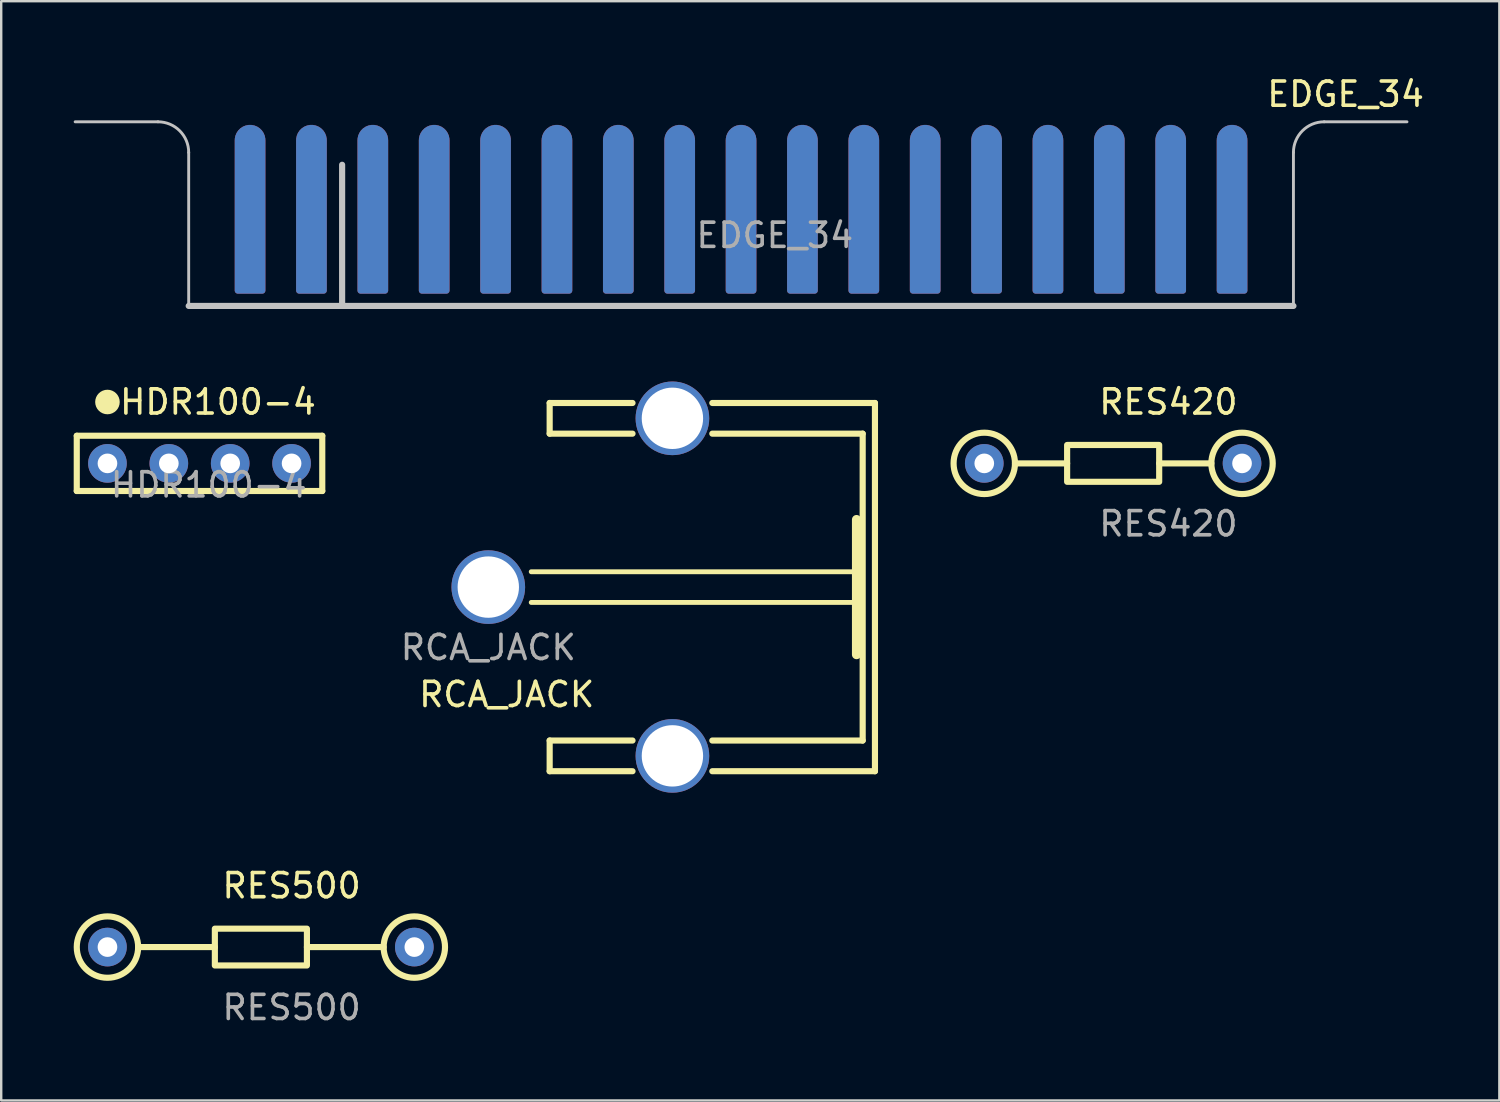
<source format=kicad_pcb>
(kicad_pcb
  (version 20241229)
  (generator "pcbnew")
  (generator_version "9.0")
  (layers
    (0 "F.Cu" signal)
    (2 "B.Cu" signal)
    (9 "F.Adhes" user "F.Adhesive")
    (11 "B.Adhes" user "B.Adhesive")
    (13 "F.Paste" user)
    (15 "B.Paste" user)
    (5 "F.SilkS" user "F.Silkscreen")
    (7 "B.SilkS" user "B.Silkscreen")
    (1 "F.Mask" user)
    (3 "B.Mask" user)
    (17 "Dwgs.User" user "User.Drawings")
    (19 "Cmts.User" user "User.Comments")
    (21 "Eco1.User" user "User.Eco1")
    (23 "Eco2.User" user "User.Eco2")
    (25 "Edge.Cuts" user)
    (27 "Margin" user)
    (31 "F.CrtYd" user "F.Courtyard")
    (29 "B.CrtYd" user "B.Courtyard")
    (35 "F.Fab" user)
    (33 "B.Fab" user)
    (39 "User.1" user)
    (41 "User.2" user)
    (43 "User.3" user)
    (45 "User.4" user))
  (footprint "RCA_JACK"
    (layer "F.Cu")
    (at 17.158 21.247)
    (property "Reference" "RCA_JACK" (at 0.762 4.445 0) (unlocked yes) (layer "F.SilkS") (effects (font (size 1 1) (thickness 0.15))))
    (attr through_hole)
    (fp_line (start 1.778 -0.635) (end 15.113 -0.635) (stroke (width 0.203) (type solid)) (layer "F.SilkS"))
    (fp_line (start 1.778 0.635) (end 15.113 0.635) (stroke (width 0.203) (type solid)) (layer "F.SilkS"))
    (fp_line (start 2.54 -7.62) (end 5.969 -7.62) (stroke (width 0.254) (type solid)) (layer "F.SilkS"))
    (fp_line (start 2.54 -6.35) (end 2.54 -7.62) (stroke (width 0.254) (type solid)) (layer "F.SilkS"))
    (fp_line (start 2.54 -6.35) (end 5.969 -6.35) (stroke (width 0.254) (type solid)) (layer "F.SilkS"))
    (fp_line (start 2.54 6.35) (end 5.969 6.35) (stroke (width 0.254) (type solid)) (layer "F.SilkS"))
    (fp_line (start 2.54 7.62) (end 2.54 6.35) (stroke (width 0.254) (type solid)) (layer "F.SilkS"))
    (fp_line (start 2.54 7.62) (end 5.969 7.62) (stroke (width 0.254) (type solid)) (layer "F.SilkS"))
    (fp_line (start 15.24 -2.794) (end 15.24 2.794) (stroke (width 0.381) (type solid)) (layer "F.SilkS"))
    (fp_line (start 15.494 -6.35) (end 9.271 -6.35) (stroke (width 0.254) (type solid)) (layer "F.SilkS"))
    (fp_line (start 15.494 -6.35) (end 15.494 6.35) (stroke (width 0.254) (type solid)) (layer "F.SilkS"))
    (fp_line (start 15.494 6.35) (end 9.271 6.35) (stroke (width 0.254) (type solid)) (layer "F.SilkS"))
    (fp_line (start 16.002 -7.62) (end 9.271 -7.62) (stroke (width 0.254) (type solid)) (layer "F.SilkS"))
    (fp_line (start 16.002 -7.62) (end 16.002 7.62) (stroke (width 0.254) (type solid)) (layer "F.SilkS"))
    (fp_line (start 16.002 7.62) (end 9.271 7.62) (stroke (width 0.254) (type solid)) (layer "F.SilkS"))
    (fp_text user "${REFERENCE}" (at 0 2.5 0) (unlocked yes) (layer "F.Fab") (effects (font (size 1 1) (thickness 0.15))))
    (pad "1" thru_hole circle (at 0 0) (size 3.048 3.048) (drill 2.54) (layers "*.Cu" "*.Mask"))
    (pad "2" thru_hole circle (at 7.62 -6.985) (size 3.048 3.048) (drill 2.54) (layers "*.Cu" "*.Mask"))
    (pad "2" thru_hole circle (at 7.62 6.985) (size 3.048 3.048) (drill 2.54) (layers "*.Cu" "*.Mask")))
  (footprint "EDGE_34"
    (layer "F.Cu")
    (at 7.299 2.753)
    (property "Reference" "EDGE_34" (at 45.339 -1.905 0) (unlocked yes) (layer "F.SilkS") (effects (font (size 1 1) (thickness 0.15))))
    (attr smd)
    (fp_rect (start -1.016 6.858) (end 41.656 -0.508) (stroke (width 0.254) (type solid)) (fill yes) (layer "F.Mask"))
    (fp_rect (start -1.016 6.858) (end 41.656 -0.508) (stroke (width 0.254) (type solid)) (fill yes) (layer "B.Mask"))
    (fp_line (start -3.81 -0.762) (end -7.239 -0.762) (stroke (width 0.12) (type solid)) (layer "Dwgs.User"))
    (fp_line (start -2.54 6.858) (end -2.54 0.508) (stroke (width 0.12) (type solid)) (layer "Dwgs.User"))
    (fp_line (start -2.54 6.858) (end 43.18 6.858) (stroke (width 0.254) (type solid)) (layer "Dwgs.User"))
    (fp_line (start 3.81 6.858) (end 3.81 1.016) (stroke (width 0.254) (type solid)) (layer "Dwgs.User"))
    (fp_line (start 43.18 6.858) (end 43.18 0.508) (stroke (width 0.12) (type solid)) (layer "Dwgs.User"))
    (fp_line (start 44.45 -0.762) (end 47.879 -0.762) (stroke (width 0.12) (type solid)) (layer "Dwgs.User"))
    (fp_arc (start -3.81 -0.762) (mid -2.911974 -0.390026) (end -2.54 0.508) (stroke (width 0.12) (type solid)) (layer "Dwgs.User"))
    (fp_arc (start 43.18 0.508) (mid 43.551974 -0.390026) (end 44.45 -0.762) (stroke (width 0.12) (type solid)) (layer "Dwgs.User"))
    (fp_text user "${REFERENCE}" (at 21.717 3.937 0) (unlocked yes) (layer "F.Fab") (effects (font (size 1 1) (thickness 0.15))))
    (pad "1" smd custom (at 0 0) (size 1.27 1.27) (layers "F.Mask" "B.Cu") (options (anchor circle)) (primitives (gr_rect (start -0.508 0) (end 0.508 6.223) (width 0.254) (fill yes))))
    (pad "2" smd custom (at 0 0) (size 1.27 1.27) (layers "F.Cu" "F.Mask") (options (anchor circle)) (primitives (gr_rect (start -0.508 0) (end 0.508 6.223) (width 0.254) (fill yes))))
    (pad "3" smd custom (at 2.54 0) (size 1.27 1.27) (layers "F.Mask" "B.Cu") (options (anchor circle)) (primitives (gr_rect (start -0.508 0) (end 0.508 6.223) (width 0.254) (fill yes))))
    (pad "4" smd custom (at 2.54 0) (size 1.27 1.27) (layers "F.Cu" "F.Mask") (options (anchor circle)) (primitives (gr_rect (start -0.508 0) (end 0.508 6.223) (width 0.254) (fill yes))))
    (pad "5" smd custom (at 5.08 0) (size 1.27 1.27) (layers "F.Mask" "B.Cu") (options (anchor circle)) (primitives (gr_rect (start -0.508 0) (end 0.508 6.223) (width 0.254) (fill yes))))
    (pad "6" smd custom (at 5.08 0) (size 1.27 1.27) (layers "F.Cu" "F.Mask") (options (anchor circle)) (primitives (gr_rect (start -0.508 0) (end 0.508 6.223) (width 0.254) (fill yes))))
    (pad "7" smd custom (at 7.62 0) (size 1.27 1.27) (layers "F.Mask" "B.Cu") (options (anchor circle)) (primitives (gr_rect (start -0.508 0) (end 0.508 6.223) (width 0.254) (fill yes))))
    (pad "8" smd custom (at 7.62 0) (size 1.27 1.27) (layers "F.Cu" "F.Mask") (options (anchor circle)) (primitives (gr_rect (start -0.508 0) (end 0.508 6.223) (width 0.254) (fill yes))))
    (pad "9" smd custom (at 10.16 0) (size 1.27 1.27) (layers "F.Mask" "B.Cu") (options (anchor circle)) (primitives (gr_rect (start -0.508 0) (end 0.508 6.223) (width 0.254) (fill yes))))
    (pad "10" smd custom (at 10.16 0) (size 1.27 1.27) (layers "F.Cu" "F.Mask") (options (anchor circle)) (primitives (gr_rect (start -0.508 0) (end 0.508 6.223) (width 0.254) (fill yes))))
    (pad "11" smd custom (at 12.7 0) (size 1.27 1.27) (layers "F.Mask" "B.Cu") (options (anchor circle)) (primitives (gr_rect (start -0.508 0) (end 0.508 6.223) (width 0.254) (fill yes))))
    (pad "12" smd custom (at 12.7 0) (size 1.27 1.27) (layers "F.Cu" "F.Mask") (options (anchor circle)) (primitives (gr_rect (start -0.508 0) (end 0.508 6.223) (width 0.254) (fill yes))))
    (pad "13" smd custom (at 15.24 0) (size 1.27 1.27) (layers "F.Mask" "B.Cu") (options (anchor circle)) (primitives (gr_rect (start -0.508 0) (end 0.508 6.223) (width 0.254) (fill yes))))
    (pad "14" smd custom (at 15.24 0) (size 1.27 1.27) (layers "F.Cu" "F.Mask") (options (anchor circle)) (primitives (gr_rect (start -0.508 0) (end 0.508 6.223) (width 0.254) (fill yes))))
    (pad "15" smd custom (at 17.78 0) (size 1.27 1.27) (layers "F.Mask" "B.Cu") (options (anchor circle)) (primitives (gr_rect (start -0.508 0) (end 0.508 6.223) (width 0.254) (fill yes))))
    (pad "16" smd custom (at 17.78 0) (size 1.27 1.27) (layers "F.Cu" "F.Mask") (options (anchor circle)) (primitives (gr_rect (start -0.508 0) (end 0.508 6.223) (width 0.254) (fill yes))))
    (pad "17" smd custom (at 20.32 0) (size 1.27 1.27) (layers "F.Mask" "B.Cu") (options (anchor circle)) (primitives (gr_rect (start -0.508 0) (end 0.508 6.223) (width 0.254) (fill yes))))
    (pad "18" smd custom (at 20.32 0) (size 1.27 1.27) (layers "F.Cu" "F.Mask") (options (anchor circle)) (primitives (gr_rect (start -0.508 0) (end 0.508 6.223) (width 0.254) (fill yes))))
    (pad "19" smd custom (at 22.86 0) (size 1.27 1.27) (layers "F.Mask" "B.Cu") (options (anchor circle)) (primitives (gr_rect (start -0.508 0) (end 0.508 6.223) (width 0.254) (fill yes))))
    (pad "20" smd custom (at 22.86 0) (size 1.27 1.27) (layers "F.Cu" "F.Mask") (options (anchor circle)) (primitives (gr_rect (start -0.508 0) (end 0.508 6.223) (width 0.254) (fill yes))))
    (pad "21" smd custom (at 25.4 0) (size 1.27 1.27) (layers "F.Mask" "B.Cu") (options (anchor circle)) (primitives (gr_rect (start -0.508 0) (end 0.508 6.223) (width 0.254) (fill yes))))
    (pad "22" smd custom (at 25.4 0) (size 1.27 1.27) (layers "F.Cu" "F.Mask") (options (anchor circle)) (primitives (gr_rect (start -0.508 0) (end 0.508 6.223) (width 0.254) (fill yes))))
    (pad "23" smd custom (at 27.94 0) (size 1.27 1.27) (layers "F.Mask" "B.Cu") (options (anchor circle)) (primitives (gr_rect (start -0.508 0) (end 0.508 6.223) (width 0.254) (fill yes))))
    (pad "24" smd custom (at 27.94 0) (size 1.27 1.27) (layers "F.Cu" "F.Mask") (options (anchor circle)) (primitives (gr_rect (start -0.508 0) (end 0.508 6.223) (width 0.254) (fill yes))))
    (pad "25" smd custom (at 30.48 0) (size 1.27 1.27) (layers "F.Mask" "B.Cu") (options (anchor circle)) (primitives (gr_rect (start -0.508 0) (end 0.508 6.223) (width 0.254) (fill yes))))
    (pad "26" smd custom (at 30.48 0) (size 1.27 1.27) (layers "F.Cu" "F.Mask") (options (anchor circle)) (primitives (gr_rect (start -0.508 0) (end 0.508 6.223) (width 0.254) (fill yes))))
    (pad "27" smd custom (at 33.02 0) (size 1.27 1.27) (layers "F.Mask" "B.Cu") (options (anchor circle)) (primitives (gr_rect (start -0.508 0) (end 0.508 6.223) (width 0.254) (fill yes))))
    (pad "28" smd custom (at 33.02 0) (size 1.27 1.27) (layers "F.Cu" "F.Mask") (options (anchor circle)) (primitives (gr_rect (start -0.508 0) (end 0.508 6.223) (width 0.254) (fill yes))))
    (pad "29" smd custom (at 35.56 0) (size 1.27 1.27) (layers "F.Mask" "B.Cu") (options (anchor circle)) (primitives (gr_rect (start -0.508 0) (end 0.508 6.223) (width 0.254) (fill yes))))
    (pad "30" smd custom (at 35.56 0) (size 1.27 1.27) (layers "F.Cu" "F.Mask") (options (anchor circle)) (primitives (gr_rect (start -0.508 0) (end 0.508 6.223) (width 0.254) (fill yes))))
    (pad "31" smd custom (at 38.1 0) (size 1.27 1.27) (layers "F.Mask" "B.Cu") (options (anchor circle)) (primitives (gr_rect (start -0.508 0) (end 0.508 6.223) (width 0.254) (fill yes))))
    (pad "32" smd custom (at 38.1 0) (size 1.27 1.27) (layers "F.Cu" "F.Mask") (options (anchor circle)) (primitives (gr_rect (start -0.508 0) (end 0.508 6.223) (width 0.254) (fill yes))))
    (pad "33" smd custom (at 40.64 0) (size 1.27 1.27) (layers "F.Mask" "B.Cu") (options (anchor circle)) (primitives (gr_rect (start -0.508 0) (end 0.508 6.223) (width 0.254) (fill yes))))
    (pad "34" smd custom (at 40.64 0) (size 1.27 1.27) (layers "F.Cu" "F.Mask") (options (anchor circle)) (primitives (gr_rect (start -0.508 0) (end 0.508 6.223) (width 0.254) (fill yes)))))
  (footprint "RES500"
    (layer "F.Cu")
    (at 1.397 36.145)
    (property "Reference" "RES500" (at 7.62 -2.54 0) (unlocked yes) (layer "F.SilkS") (effects (font (size 1 1) (thickness 0.15))))
    (attr through_hole)
    (fp_line (start 4.445 0) (end 1.27 0) (stroke (width 0.254) (type solid)) (layer "F.SilkS"))
    (fp_line (start 8.255 0) (end 11.43 0) (stroke (width 0.254) (type solid)) (layer "F.SilkS"))
    (fp_rect (start 4.445 -0.762) (end 8.255 0.762) (stroke (width 0.254) (type solid)) (fill no) (layer "F.SilkS"))
    (fp_circle (center 0 0) (end 1.27 0) (stroke (width 0.254) (type solid)) (fill no) (layer "F.SilkS"))
    (fp_circle (center 12.7 0) (end 13.97 0) (stroke (width 0.254) (type solid)) (fill no) (layer "F.SilkS"))
    (fp_text user "${REFERENCE}" (at 7.62 2.5 0) (unlocked yes) (layer "F.Fab") (effects (font (size 1 1) (thickness 0.15))))
    (pad "1" thru_hole circle (at 0 0) (size 1.6 1.6) (drill 0.813) (layers "*.Cu" "*.Mask"))
    (pad "2" thru_hole circle (at 12.7 0) (size 1.6 1.6) (drill 0.813) (layers "*.Cu" "*.Mask")))
  (footprint "HDR100-4"
    (layer "F.Cu")
    (at 1.397 16.127)
    (property "Reference" "HDR100-4" (at 4.572 -2.54 0) (unlocked yes) (layer "F.SilkS") (effects (font (size 1 1) (thickness 0.15))))
    (attr through_hole)
    (fp_line (start -1.27 -1.143) (end 8.89 -1.143) (stroke (width 0.254) (type solid)) (layer "F.SilkS"))
    (fp_line (start -1.27 1.143) (end -1.27 -1.143) (stroke (width 0.254) (type solid)) (layer "F.SilkS"))
    (fp_line (start -1.27 1.143) (end 8.89 1.143) (stroke (width 0.254) (type solid)) (layer "F.SilkS"))
    (fp_line (start 8.89 1.143) (end 8.89 -1.143) (stroke (width 0.254) (type solid)) (layer "F.SilkS"))
    (fp_circle (center 0 -2.54) (end 0.254 -2.54) (stroke (width 0.508) (type solid)) (fill no) (layer "F.SilkS"))
    (fp_text user "${REFERENCE}" (at 4.191 0.889 0) (unlocked yes) (layer "F.Fab") (effects (font (size 1 1) (thickness 0.15))))
    (pad "1" thru_hole circle (at 0 0) (size 1.6 1.6) (drill 0.813) (layers "*.Cu" "*.Mask"))
    (pad "2" thru_hole circle (at 2.54 0) (size 1.6 1.6) (drill 0.813) (layers "*.Cu" "*.Mask"))
    (pad "3" thru_hole circle (at 5.08 0) (size 1.6 1.6) (drill 0.813) (layers "*.Cu" "*.Mask"))
    (pad "4" thru_hole circle (at 7.62 0) (size 1.6 1.6) (drill 0.813) (layers "*.Cu" "*.Mask")))
  (footprint "RES420"
    (layer "F.Cu")
    (at 37.684 16.127)
    (property "Reference" "RES420" (at 7.62 -2.54 0) (unlocked yes) (layer "F.SilkS") (effects (font (size 1 1) (thickness 0.15))))
    (attr through_hole)
    (fp_line (start 3.429 0) (end 1.27 0) (stroke (width 0.254) (type solid)) (layer "F.SilkS"))
    (fp_line (start 7.239 0) (end 9.398 0) (stroke (width 0.254) (type solid)) (layer "F.SilkS"))
    (fp_rect (start 3.429 -0.762) (end 7.239 0.762) (stroke (width 0.254) (type solid)) (fill no) (layer "F.SilkS"))
    (fp_circle (center 0 0) (end 1.27 0) (stroke (width 0.254) (type solid)) (fill no) (layer "F.SilkS"))
    (fp_circle (center 10.668 0) (end 11.938 0) (stroke (width 0.254) (type solid)) (fill no) (layer "F.SilkS"))
    (fp_text user "${REFERENCE}" (at 7.62 2.5 0) (unlocked yes) (layer "F.Fab") (effects (font (size 1 1) (thickness 0.15))))
    (pad "1" thru_hole circle (at 0 0) (size 1.6 1.6) (drill 0.813) (layers "*.Cu" "*.Mask"))
    (pad "2" thru_hole circle (at 10.668 0) (size 1.6 1.6) (drill 0.813) (layers "*.Cu" "*.Mask")))
  (gr_rect
    (start -3 -3)
    (end 59.001 42.493)
    (stroke (width 0.1) (type default))
    (fill no)
    (layer "Edge.Cuts")))
</source>
